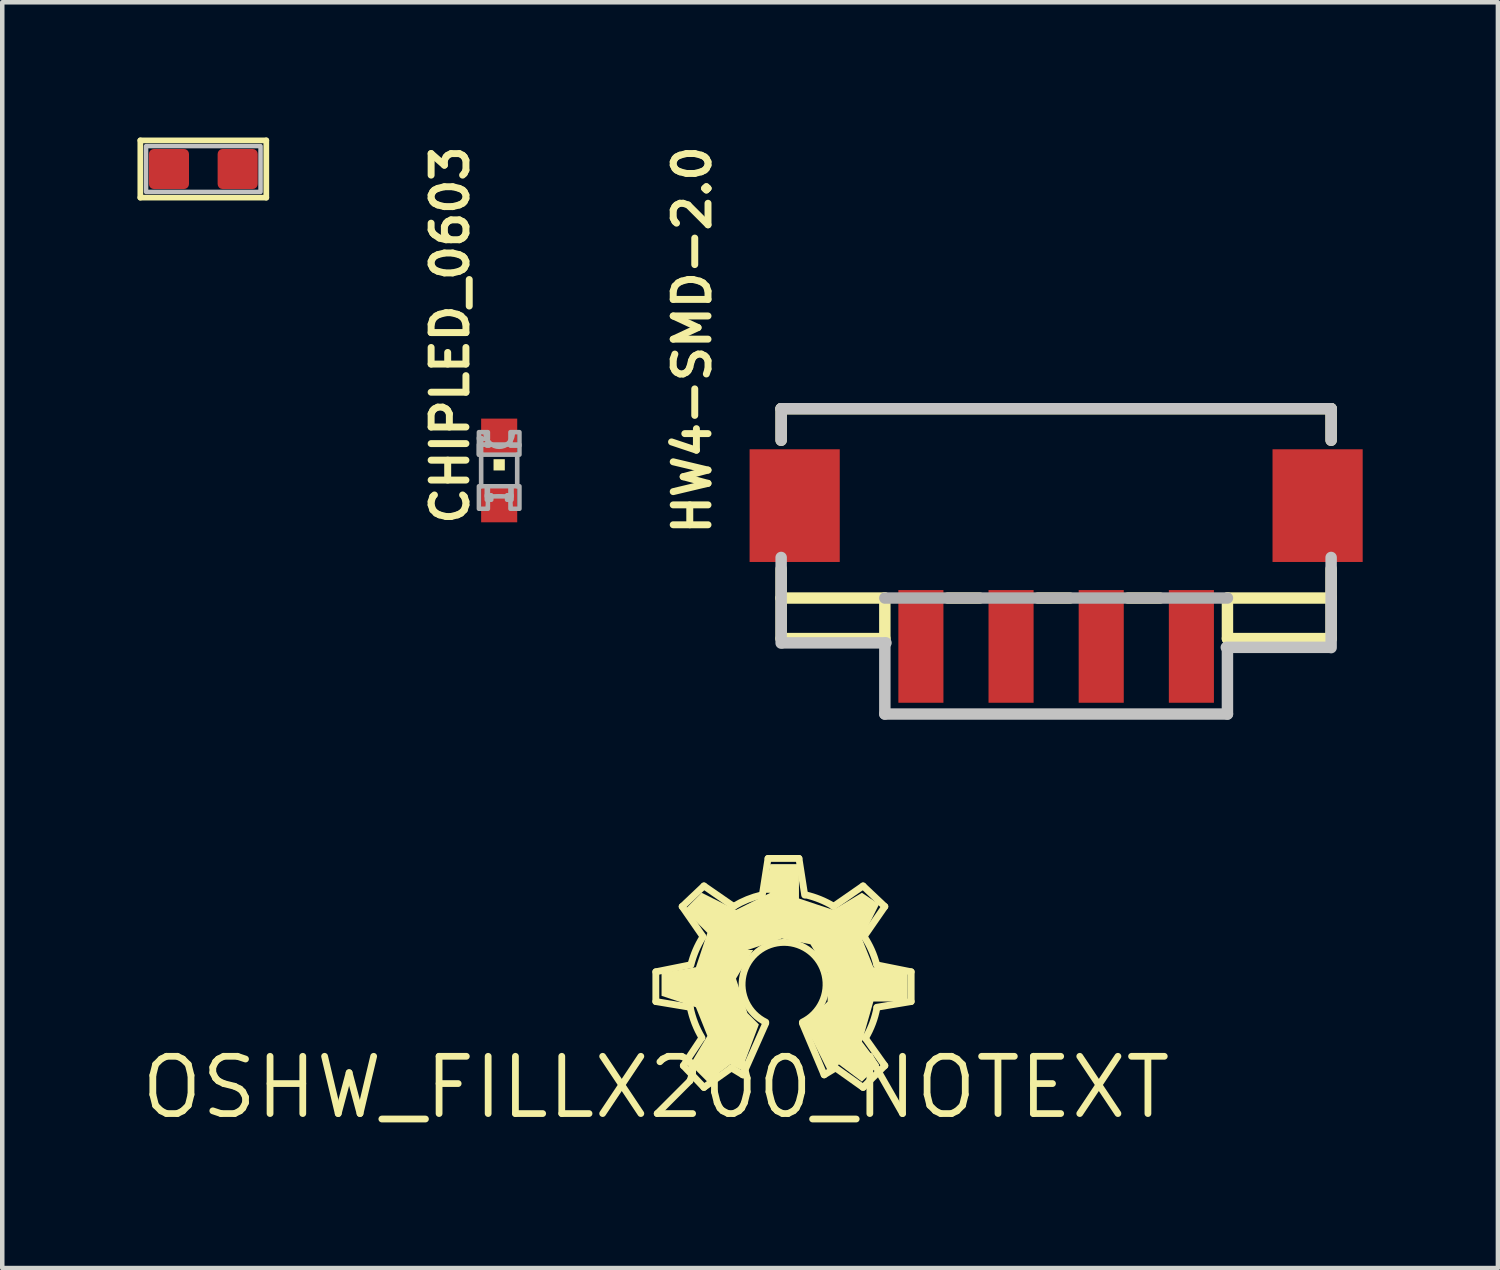
<source format=kicad_pcb>
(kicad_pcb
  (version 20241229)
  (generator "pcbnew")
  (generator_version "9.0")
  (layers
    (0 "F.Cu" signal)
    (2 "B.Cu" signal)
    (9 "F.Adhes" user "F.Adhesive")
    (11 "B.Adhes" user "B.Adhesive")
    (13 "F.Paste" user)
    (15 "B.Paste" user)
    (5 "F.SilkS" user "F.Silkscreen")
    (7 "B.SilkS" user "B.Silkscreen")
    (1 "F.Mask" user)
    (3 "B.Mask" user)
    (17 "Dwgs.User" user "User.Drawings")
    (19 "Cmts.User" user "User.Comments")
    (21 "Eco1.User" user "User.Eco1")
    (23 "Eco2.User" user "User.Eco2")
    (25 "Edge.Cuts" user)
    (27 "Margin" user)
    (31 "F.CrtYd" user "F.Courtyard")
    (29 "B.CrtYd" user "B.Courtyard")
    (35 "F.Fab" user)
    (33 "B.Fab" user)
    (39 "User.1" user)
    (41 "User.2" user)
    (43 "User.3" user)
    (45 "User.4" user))
  (footprint "OSHW_FILLX200_NOTEXT"
    (layer "F.Cu")
    (at 11.498 21.072)
    (property "Reference" "OSHW_FILLX200_NOTEXT" (at 0 0 0) (layer "F.SilkS") (effects (font (size 1.27 1.27) (thickness 0.15))))
    (attr through_hole)
    (fp_line (start 0 -2.565) (end 0.762 -2.718) (stroke (width 0.152) (type solid)) (layer "F.SilkS"))
    (fp_line (start 0 -1.905) (end 0 -2.565) (stroke (width 0.152) (type solid)) (layer "F.SilkS"))
    (fp_line (start 0.584 -4.013) (end 1.067 -4.47) (stroke (width 0.152) (type solid)) (layer "F.SilkS"))
    (fp_line (start 0.61 -0.483) (end 1.016 -1.092) (stroke (width 0.152) (type solid)) (layer "F.SilkS"))
    (fp_line (start 0.762 -1.778) (end 0 -1.905) (stroke (width 0.152) (type solid)) (layer "F.SilkS"))
    (fp_line (start 1.041 -3.353) (end 0.584 -4.013) (stroke (width 0.152) (type solid)) (layer "F.SilkS"))
    (fp_line (start 1.067 -4.47) (end 1.727 -4.013) (stroke (width 0.152) (type solid)) (layer "F.SilkS"))
    (fp_line (start 1.067 0) (end 0.61 -0.483) (stroke (width 0.152) (type solid)) (layer "F.SilkS"))
    (fp_line (start 1.676 -0.432) (end 1.067 0) (stroke (width 0.152) (type solid)) (layer "F.SilkS"))
    (fp_line (start 1.93 -0.279) (end 1.676 -0.432) (stroke (width 0.152) (type solid)) (layer "F.SilkS"))
    (fp_line (start 2.362 -4.267) (end 2.489 -5.08) (stroke (width 0.152) (type solid)) (layer "F.SilkS"))
    (fp_line (start 2.438 -1.422) (end 1.93 -0.279) (stroke (width 0.152) (type solid)) (layer "F.SilkS"))
    (fp_line (start 2.489 -5.08) (end 3.175 -5.08) (stroke (width 0.152) (type solid)) (layer "F.SilkS"))
    (fp_line (start 3.175 -5.08) (end 3.302 -4.267) (stroke (width 0.152) (type solid)) (layer "F.SilkS"))
    (fp_line (start 3.734 -0.279) (end 3.251 -1.422) (stroke (width 0.152) (type solid)) (layer "F.SilkS"))
    (fp_line (start 3.937 -4.013) (end 4.597 -4.47) (stroke (width 0.152) (type solid)) (layer "F.SilkS"))
    (fp_line (start 3.988 -0.432) (end 3.734 -0.279) (stroke (width 0.152) (type solid)) (layer "F.SilkS"))
    (fp_line (start 4.597 -4.47) (end 5.08 -4.013) (stroke (width 0.152) (type solid)) (layer "F.SilkS"))
    (fp_line (start 4.597 0) (end 3.988 -0.432) (stroke (width 0.152) (type solid)) (layer "F.SilkS"))
    (fp_line (start 4.648 -1.092) (end 5.08 -0.483) (stroke (width 0.152) (type solid)) (layer "F.SilkS"))
    (fp_line (start 4.902 -2.718) (end 5.664 -2.565) (stroke (width 0.152) (type solid)) (layer "F.SilkS"))
    (fp_line (start 5.08 -4.013) (end 4.623 -3.353) (stroke (width 0.152) (type solid)) (layer "F.SilkS"))
    (fp_line (start 5.08 -0.483) (end 4.597 0) (stroke (width 0.152) (type solid)) (layer "F.SilkS"))
    (fp_line (start 5.664 -2.565) (end 5.664 -1.905) (stroke (width 0.152) (type solid)) (layer "F.SilkS"))
    (fp_line (start 5.664 -1.905) (end 4.902 -1.778) (stroke (width 0.152) (type solid)) (layer "F.SilkS"))
    (fp_arc (start 0.7779 -2.7179) (mid 0.885744 -3.039218) (end 1.0435 -3.3392) (stroke (width 0.1524) (type solid)) (layer "F.SilkS"))
    (fp_arc (start 1.0245 -1.1004) (mid 0.865117 -1.425978) (end 0.7637 -1.774) (stroke (width 0.1524) (type solid)) (layer "F.SilkS"))
    (fp_arc (start 1.736 -4.0223) (mid 2.029987 -4.16927) (end 2.3432 -4.2689) (stroke (width 0.1524) (type solid)) (layer "F.SilkS"))
    (fp_arc (start 2.4384 -1.4478) (mid 2.8448 -3.217524) (end 3.251199 -1.4478) (stroke (width 0.1524) (type solid)) (layer "F.SilkS"))
    (fp_arc (start 3.3155 -4.2736) (mid 3.64128 -4.170999) (end 3.9464 -4.0175) (stroke (width 0.1524) (type solid)) (layer "F.SilkS"))
    (fp_arc (start 4.6199 -3.3487) (mid 4.786428 -3.045111) (end 4.8997 -2.7179) (stroke (width 0.1524) (type solid)) (layer "F.SilkS"))
    (fp_arc (start 4.9045 -1.7692) (mid 4.806636 -1.418653) (end 4.6484 -1.0909) (stroke (width 0.1524) (type solid)) (layer "F.SilkS"))
    (fp_poly (pts (xy 1.651 -0.508) (xy 1.143 -0.127) (xy 0.762 -0.508) (xy 1.143 -1.143) (xy 0.889 -1.778) (xy 0.127 -2.032) (xy 0.127 -1.905) (xy 0.127 -2.54) (xy 0.889 -2.667) (xy 1.143 -3.429) (xy 0.635 -3.937) (xy 1.016 -4.318) (xy 1.778 -3.937) (xy 2.54 -4.318) (xy 2.413 -4.318) (xy 2.54 -4.953) (xy 3.175 -4.953) (xy 3.175 -4.191) (xy 3.937 -3.937) (xy 4.572 -4.318) (xy 4.953 -4.064) (xy 4.572 -3.302) (xy 4.826 -2.667) (xy 5.588 -2.54) (xy 5.588 -1.905) (xy 4.826 -1.905) (xy 4.572 -1.016) (xy 4.953 -0.508) (xy 4.572 -0.127) (xy 4.064 -0.508) (xy 3.81 -0.381) (xy 3.302 -1.397) (xy 3.81 -1.905) (xy 3.81 -2.54) (xy 3.429 -3.175) (xy 2.794 -3.302) (xy 2.032 -3.048) (xy 2.159 -3.048) (xy 1.778 -2.413) (xy 2.032 -1.651) (xy 2.286 -1.397) (xy 1.905 -0.381)) (stroke (width 0) (type solid)) (fill yes) (layer "F.SilkS")))
  (footprint "C0603"
    (layer "F.Cu")
    (at 1.46 0.699)
    (property "Reference" "C0603" (at -1.27 0.254 180) (layer "F.Mask") (effects (font (size 0.603 0.603) (thickness 0.06)) (justify left bottom)))
    (attr through_hole)
    (fp_line (start -1.397 -0.635) (end 1.397 -0.635) (stroke (width 0.127) (type solid)) (layer "F.SilkS"))
    (fp_line (start -1.397 0.635) (end -1.397 -0.635) (stroke (width 0.127) (type solid)) (layer "F.SilkS"))
    (fp_line (start 1.397 -0.635) (end 1.397 0.635) (stroke (width 0.127) (type solid)) (layer "F.SilkS"))
    (fp_line (start 1.397 0.635) (end -1.397 0.635) (stroke (width 0.127) (type solid)) (layer "F.SilkS"))
    (fp_poly (pts (xy -1.27 0.508) (xy 1.27 0.508) (xy 1.27 -0.508) (xy -1.27 -0.508)) (stroke (width 0.1) (type solid)) (fill no) (layer "Dwgs.User"))
    (pad "1" smd roundrect (at -0.762 0) (size 0.889 0.889) (layers "F.Cu" "F.Mask" "F.Paste") (roundrect_rratio 0.125))
    (pad "2" smd roundrect (at 0.762 0) (size 0.889 0.889) (layers "F.Cu" "F.Mask" "F.Paste") (roundrect_rratio 0.125)))
  (footprint "HW4-SMD-2.0"
    (layer "F.Cu")
    (at 20.378 11.289)
    (property "Reference" "HW4-SMD-2.0" (at -7.62 -2.413 270) (layer "F.SilkS") (effects (font (size 0.772 0.772) (thickness 0.154)) (justify left bottom)))
    (attr through_hole)
    (fp_line (start -6.1 -5.273) (end -6.1 -4.573) (stroke (width 0.254) (type solid)) (layer "F.SilkS"))
    (fp_line (start -6.1 -5.273) (end 6.1 -5.273) (stroke (width 0.254) (type solid)) (layer "F.SilkS"))
    (fp_line (start -6.1 -1.073) (end -6.1 -1.719) (stroke (width 0.254) (type solid)) (layer "F.SilkS"))
    (fp_line (start -6.1 -1.073) (end -6.1 -0.173) (stroke (width 0.254) (type solid)) (layer "F.SilkS"))
    (fp_line (start -6.1 -1.073) (end -3.8 -1.073) (stroke (width 0.254) (type solid)) (layer "F.SilkS"))
    (fp_line (start -6.1 -0.173) (end -3.8 -0.173) (stroke (width 0.254) (type solid)) (layer "F.SilkS"))
    (fp_line (start -3.8 -0.173) (end -3.8 -1.073) (stroke (width 0.254) (type solid)) (layer "F.SilkS"))
    (fp_line (start -2.4 -1.073) (end -1.7 -1.073) (stroke (width 0.254) (type solid)) (layer "F.SilkS"))
    (fp_line (start -0.4 -1.073) (end 0.3 -1.073) (stroke (width 0.254) (type solid)) (layer "F.SilkS"))
    (fp_line (start 1.6 -1.073) (end 2.3 -1.073) (stroke (width 0.254) (type solid)) (layer "F.SilkS"))
    (fp_line (start 3.8 -1.073) (end 3.8 -0.173) (stroke (width 0.254) (type solid)) (layer "F.SilkS"))
    (fp_line (start 3.8 -1.073) (end 6.1 -1.073) (stroke (width 0.254) (type solid)) (layer "F.SilkS"))
    (fp_line (start 3.8 -0.173) (end 6.1 -0.173) (stroke (width 0.254) (type solid)) (layer "F.SilkS"))
    (fp_line (start 6.1 -5.273) (end 6.1 -4.573) (stroke (width 0.254) (type solid)) (layer "F.SilkS"))
    (fp_line (start 6.1 -1.073) (end 6.1 -1.719) (stroke (width 0.254) (type solid)) (layer "F.SilkS"))
    (fp_line (start 6.1 -0.173) (end 6.1 -1.073) (stroke (width 0.254) (type solid)) (layer "F.SilkS"))
    (fp_line (start -6.1 -5.273) (end -6.1 -4.573) (stroke (width 0.254) (type solid)) (layer "Dwgs.User"))
    (fp_line (start -6.1 -5.273) (end 6.1 -5.273) (stroke (width 0.254) (type solid)) (layer "Dwgs.User"))
    (fp_line (start -6.1 -1.973) (end -6.1 -0.073) (stroke (width 0.254) (type solid)) (layer "Dwgs.User"))
    (fp_line (start -6.053 -0.079) (end -3.775 -0.079) (stroke (width 0.254) (type solid)) (layer "Dwgs.User"))
    (fp_line (start -3.8 1.5) (end -3.8 -0.073) (stroke (width 0.254) (type solid)) (layer "Dwgs.User"))
    (fp_line (start 3.775 0.021) (end 6.053 0.021) (stroke (width 0.254) (type solid)) (layer "Dwgs.User"))
    (fp_line (start 3.8 0.027) (end 3.8 1.5) (stroke (width 0.254) (type solid)) (layer "Dwgs.User"))
    (fp_line (start 3.8 1.5) (end -3.8 1.5) (stroke (width 0.254) (type solid)) (layer "Dwgs.User"))
    (fp_line (start 6.1 -5.273) (end 6.1 -4.573) (stroke (width 0.254) (type solid)) (layer "Dwgs.User"))
    (fp_line (start 6.1 -1.973) (end 6.1 0.027) (stroke (width 0.254) (type solid)) (layer "Dwgs.User"))
    (fp_line (start -3.8 -1.073) (end 3.8 -1.073) (stroke (width 0.254) (type solid)) (layer "F.Fab"))
    (pad "1" smd rect (at -3 0 90) (size 2.5 1) (layers "F.Cu" "F.Mask" "F.Paste"))
    (pad "2" smd rect (at -1 0 90) (size 2.5 1) (layers "F.Cu" "F.Mask" "F.Paste"))
    (pad "3" smd rect (at 1 0 90) (size 2.5 1) (layers "F.Cu" "F.Mask" "F.Paste"))
    (pad "4" smd rect (at 3 0 90) (size 2.5 1) (layers "F.Cu" "F.Mask" "F.Paste"))
    (pad "SS1" smd rect (at -5.8 -3.123 90) (size 2.5 2) (layers "F.Cu" "F.Mask" "F.Paste"))
    (pad "SS2" smd rect (at 5.8 -3.123 90) (size 2.5 2) (layers "F.Cu" "F.Mask" "F.Paste")))
  (footprint "CHIPLED_0603"
    (layer "F.Cu")
    (at 8.023 7.386)
    (property "Reference" "CHIPLED_0603" (at -0.635 1.27 90) (layer "F.SilkS") (effects (font (size 0.772 0.772) (thickness 0.154)) (justify left bottom)))
    (attr through_hole)
    (fp_poly (pts (xy -0.125 0) (xy 0.125 0) (xy 0.125 -0.25) (xy -0.125 -0.25)) (stroke (width 0) (type solid)) (fill yes) (layer "F.SilkS"))
    (fp_line (start -0.4 -0.375) (end -0.4 0.35) (stroke (width 0.102) (type solid)) (layer "F.Fab"))
    (fp_line (start 0.4 -0.35) (end 0.4 0.35) (stroke (width 0.102) (type solid)) (layer "F.Fab"))
    (fp_arc (start -0.275 0.825) (mid 0 0.55) (end 0.275 0.825) (stroke (width 0.0508) (type solid)) (layer "F.Fab"))
    (fp_arc (start 0.3 -0.799998) (mid -0.000001 -0.524966) (end -0.3 -0.8) (stroke (width 0.1016) (type solid)) (layer "F.Fab"))
    (fp_circle (center -0.35 -0.625) (end -0.275 -0.625) (stroke (width 0.051) (type solid)) (fill no) (layer "F.Fab"))
    (fp_poly (pts (xy -0.45 -0.7) (xy -0.25 -0.7) (xy -0.25 -0.85) (xy -0.45 -0.85)) (stroke (width 0.1) (type solid)) (fill no) (layer "F.Fab"))
    (fp_poly (pts (xy -0.45 -0.35) (xy -0.4 -0.35) (xy -0.4 -0.725) (xy -0.45 -0.725)) (stroke (width 0.1) (type solid)) (fill no) (layer "F.Fab"))
    (fp_poly (pts (xy -0.45 -0.35) (xy 0.45 -0.35) (xy 0.45 -0.575) (xy -0.45 -0.575)) (stroke (width 0.1) (type solid)) (fill no) (layer "F.Fab"))
    (fp_poly (pts (xy -0.45 0.85) (xy -0.25 0.85) (xy -0.25 0.35) (xy -0.45 0.35)) (stroke (width 0.1) (type solid)) (fill no) (layer "F.Fab"))
    (fp_poly (pts (xy -0.275 -0.55) (xy -0.225 -0.55) (xy -0.225 -0.6) (xy -0.275 -0.6)) (stroke (width 0.1) (type solid)) (fill no) (layer "F.Fab"))
    (fp_poly (pts (xy -0.275 0.575) (xy 0.275 0.575) (xy 0.275 0.35) (xy -0.275 0.35)) (stroke (width 0.1) (type solid)) (fill no) (layer "F.Fab"))
    (fp_poly (pts (xy -0.275 0.65) (xy -0.175 0.65) (xy -0.175 0.55) (xy -0.275 0.55)) (stroke (width 0.1) (type solid)) (fill no) (layer "F.Fab"))
    (fp_poly (pts (xy 0.175 0.65) (xy 0.275 0.65) (xy 0.275 0.55) (xy 0.175 0.55)) (stroke (width 0.1) (type solid)) (fill no) (layer "F.Fab"))
    (fp_poly (pts (xy 0.25 -0.55) (xy 0.45 -0.55) (xy 0.45 -0.85) (xy 0.25 -0.85)) (stroke (width 0.1) (type solid)) (fill no) (layer "F.Fab"))
    (fp_poly (pts (xy 0.25 0.85) (xy 0.45 0.85) (xy 0.45 0.35) (xy 0.25 0.35)) (stroke (width 0.1) (type solid)) (fill no) (layer "F.Fab"))
    (pad "A" smd rect (at 0 0.75) (size 0.8 0.8) (layers "F.Cu" "F.Mask" "F.Paste"))
    (pad "C" smd rect (at 0 -0.75) (size 0.8 0.8) (layers "F.Cu" "F.Mask" "F.Paste")))
  (gr_rect
    (start -3 -3)
    (end 30.178 25.079)
    (stroke (width 0.1) (type default))
    (fill no)
    (layer "Edge.Cuts")))
</source>
